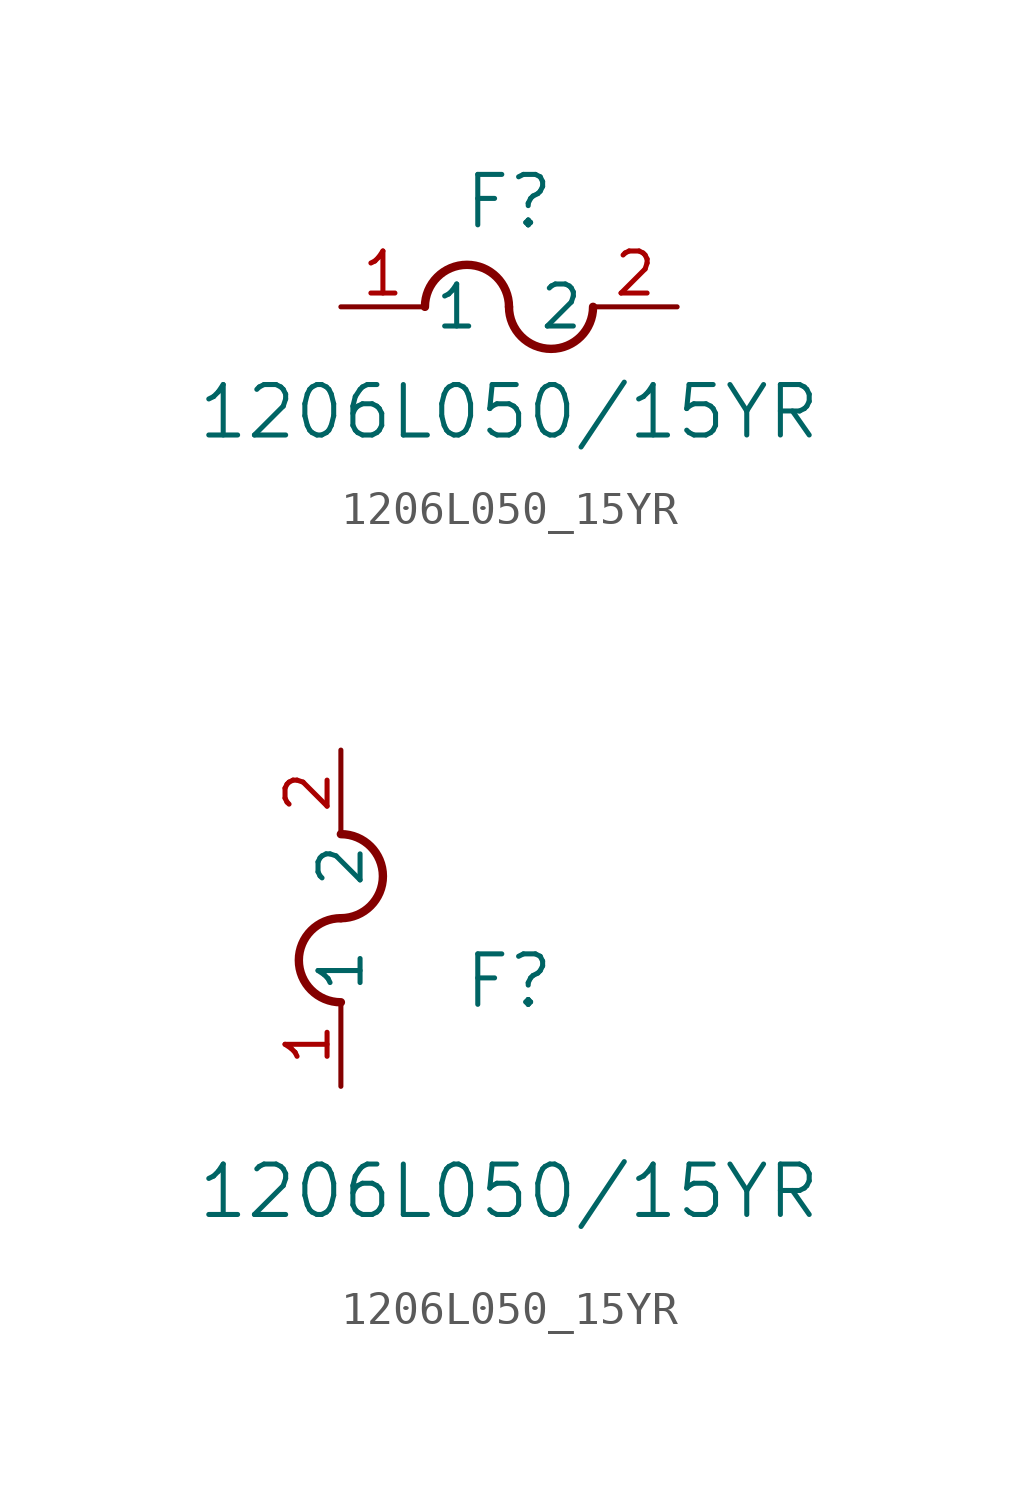
<source format=kicad_sym>
(kicad_symbol_lib
  (version 20211014)
  (generator kicad_symbol_editor)
  (symbol "1206L050_15YR"
    (pin_names
      (offset 0.254))
    (property "Reference" "F"
      (at 5.08 3.175 0)
      (effects (font (size 1.524 1.524))))
    (property "Value" "1206L050/15YR"
      (at 5.08 -3.175 0)
      (effects (font (size 1.524 1.524))))
    (symbol "1206L050_15YR_1_1"
      (arc (start 5.08 0) (mid 3.81 1.27) (end 2.54 0) (stroke (width 0.254) (type default) (color 0 0 0 0)) (fill (type none)))
      (arc (start 5.08 0) (mid 6.35 -1.27) (end 7.62 0) (stroke (width 0.254) (type default) (color 0 0 0 0)) (fill (type none)))
      (pin unspecified line (at 0 0 0) (length 2.54) (name "1" (effects (font (size 1.27 1.27)))) (number "1" (effects (font (size 1.27 1.27)))))
      (pin unspecified line (at 10.16 0 180) (length 2.54) (name "2" (effects (font (size 1.27 1.27)))) (number "2" (effects (font (size 1.27 1.27))))))
    (symbol "1206L050_15YR_1_2"
      (arc (start 0 5.08) (mid -1.27 3.81) (end 0 2.54) (stroke (width 0.254) (type default) (color 0 0 0 0)) (fill (type none)))
      (arc (start 0 5.08) (mid 1.27 6.35) (end 0 7.62) (stroke (width 0.254) (type default) (color 0 0 0 0)) (fill (type none)))
      (pin unspecified line (at 0 0 90) (length 2.54) (name "1" (effects (font (size 1.27 1.27)))) (number "1" (effects (font (size 1.27 1.27)))))
      (pin unspecified line (at 0 10.16 270) (length 2.54) (name "2" (effects (font (size 1.27 1.27)))) (number "2" (effects (font (size 1.27 1.27))))))))
</source>
